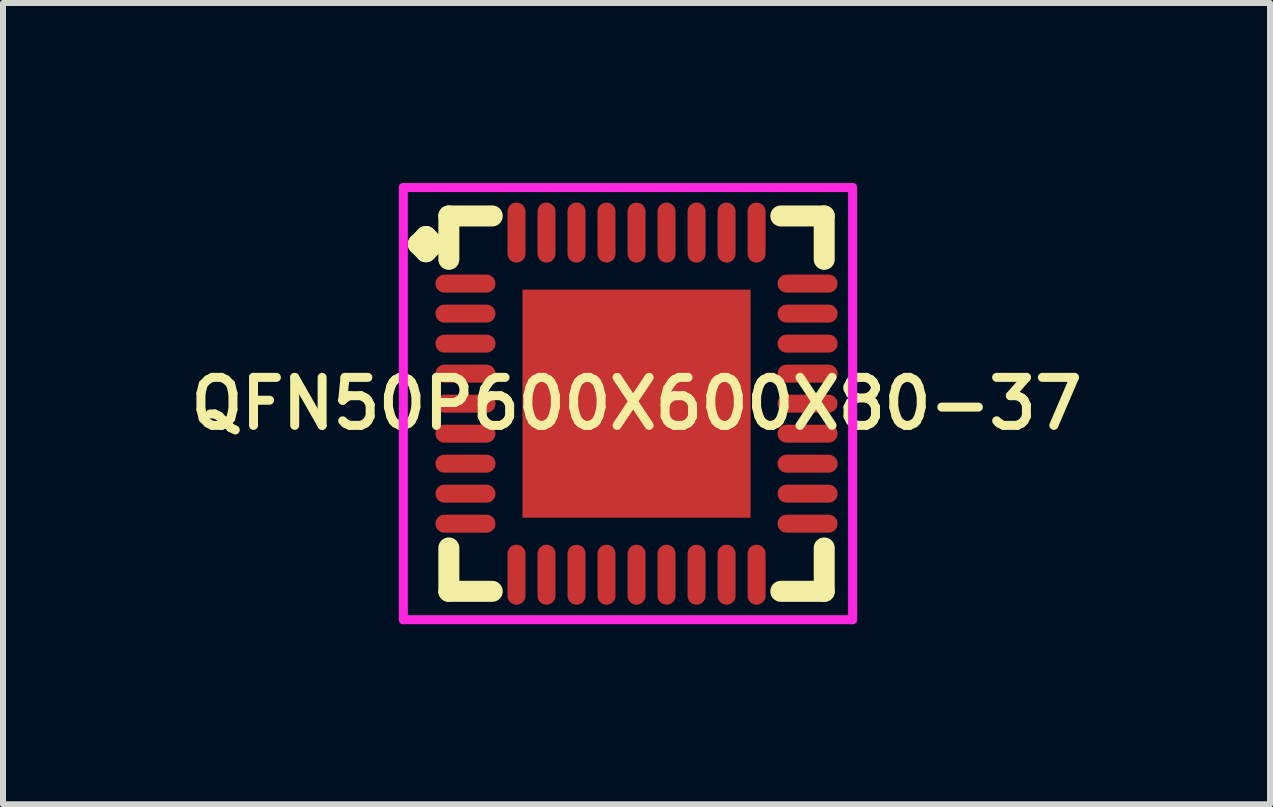
<source format=kicad_pcb>
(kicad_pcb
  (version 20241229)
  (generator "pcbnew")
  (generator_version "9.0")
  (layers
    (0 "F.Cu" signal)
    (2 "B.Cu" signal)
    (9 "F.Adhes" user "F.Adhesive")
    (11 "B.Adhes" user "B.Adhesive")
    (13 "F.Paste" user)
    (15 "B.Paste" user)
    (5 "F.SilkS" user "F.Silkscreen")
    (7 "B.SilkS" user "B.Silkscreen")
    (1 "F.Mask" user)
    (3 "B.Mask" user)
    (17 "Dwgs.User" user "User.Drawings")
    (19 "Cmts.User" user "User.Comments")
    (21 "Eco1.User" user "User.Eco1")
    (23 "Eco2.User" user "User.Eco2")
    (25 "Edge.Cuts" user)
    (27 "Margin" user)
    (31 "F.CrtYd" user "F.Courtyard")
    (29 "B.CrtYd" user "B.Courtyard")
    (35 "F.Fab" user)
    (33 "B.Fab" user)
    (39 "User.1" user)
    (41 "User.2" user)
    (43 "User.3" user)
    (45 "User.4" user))
  (footprint "QFN50P600X600X80-37"
    (layer "F.Cu")
    (at 7.555 3.675)
    (property "Reference" "QFN50P600X600X80-37" (at 0 0 0) (layer "F.SilkS") (effects (font (size 0.8 0.8) (thickness 0.15))))
    (attr smd)
    (fp_line (start -3.635 -2.658) (end -3.508 -2.785) (stroke (width 0.35) (type solid)) (layer "F.SilkS"))
    (fp_line (start -3.508 -2.785) (end -3.381 -2.658) (stroke (width 0.35) (type solid)) (layer "F.SilkS"))
    (fp_line (start -3.508 -2.531) (end -3.635 -2.658) (stroke (width 0.35) (type solid)) (layer "F.SilkS"))
    (fp_line (start -3.381 -2.658) (end -3.508 -2.531) (stroke (width 0.35) (type solid)) (layer "F.SilkS"))
    (fp_line (start -3.127 -3.127) (end -2.404 -3.127) (stroke (width 0.35) (type solid)) (layer "F.SilkS"))
    (fp_line (start -3.127 -2.404) (end -3.127 -3.127) (stroke (width 0.35) (type solid)) (layer "F.SilkS"))
    (fp_line (start -3.127 2.404) (end -3.127 3.127) (stroke (width 0.35) (type solid)) (layer "F.SilkS"))
    (fp_line (start -3.127 3.127) (end -2.404 3.127) (stroke (width 0.35) (type solid)) (layer "F.SilkS"))
    (fp_line (start 2.404 -3.127) (end 3.127 -3.127) (stroke (width 0.35) (type solid)) (layer "F.SilkS"))
    (fp_line (start 2.404 3.127) (end 3.127 3.127) (stroke (width 0.35) (type solid)) (layer "F.SilkS"))
    (fp_line (start 3.127 -3.127) (end 3.127 -2.404) (stroke (width 0.35) (type solid)) (layer "F.SilkS"))
    (fp_line (start 3.127 3.127) (end 3.127 2.404) (stroke (width 0.35) (type solid)) (layer "F.SilkS"))
    (fp_line (start -3.885 -3.6) (end 3.6 -3.6) (stroke (width 0.15) (type solid)) (layer "F.CrtYd"))
    (fp_line (start -3.885 3.6) (end -3.885 -3.6) (stroke (width 0.15) (type solid)) (layer "F.CrtYd"))
    (fp_line (start 3.6 -3.6) (end 3.6 3.6) (stroke (width 0.15) (type solid)) (layer "F.CrtYd"))
    (fp_line (start 3.6 3.6) (end -3.885 3.6) (stroke (width 0.15) (type solid)) (layer "F.CrtYd"))
    (pad "1" smd oval (at -2.85 -2) (size 1 0.3) (layers "F.Cu" "F.Mask" "F.Paste"))
    (pad "2" smd oval (at -2.85 -1.5) (size 1 0.3) (layers "F.Cu" "F.Mask" "F.Paste"))
    (pad "3" smd oval (at -2.85 -1) (size 1 0.3) (layers "F.Cu" "F.Mask" "F.Paste"))
    (pad "4" smd oval (at -2.85 -0.5) (size 1 0.3) (layers "F.Cu" "F.Mask" "F.Paste"))
    (pad "5" smd oval (at -2.85 0) (size 1 0.3) (layers "F.Cu" "F.Mask" "F.Paste"))
    (pad "6" smd oval (at -2.85 0.5) (size 1 0.3) (layers "F.Cu" "F.Mask" "F.Paste"))
    (pad "7" smd oval (at -2.85 1) (size 1 0.3) (layers "F.Cu" "F.Mask" "F.Paste"))
    (pad "8" smd oval (at -2.85 1.5) (size 1 0.3) (layers "F.Cu" "F.Mask" "F.Paste"))
    (pad "9" smd oval (at -2.85 2) (size 1 0.3) (layers "F.Cu" "F.Mask" "F.Paste"))
    (pad "10" smd oval (at -2 2.85) (size 0.3 1) (layers "F.Cu" "F.Mask" "F.Paste"))
    (pad "11" smd oval (at -1.5 2.85) (size 0.3 1) (layers "F.Cu" "F.Mask" "F.Paste"))
    (pad "12" smd oval (at -1 2.85) (size 0.3 1) (layers "F.Cu" "F.Mask" "F.Paste"))
    (pad "13" smd oval (at -0.5 2.85) (size 0.3 1) (layers "F.Cu" "F.Mask" "F.Paste"))
    (pad "14" smd oval (at 0 2.85) (size 0.3 1) (layers "F.Cu" "F.Mask" "F.Paste"))
    (pad "15" smd oval (at 0.5 2.85) (size 0.3 1) (layers "F.Cu" "F.Mask" "F.Paste"))
    (pad "16" smd oval (at 1 2.85) (size 0.3 1) (layers "F.Cu" "F.Mask" "F.Paste"))
    (pad "17" smd oval (at 1.5 2.85) (size 0.3 1) (layers "F.Cu" "F.Mask" "F.Paste"))
    (pad "18" smd oval (at 2 2.85) (size 0.3 1) (layers "F.Cu" "F.Mask" "F.Paste"))
    (pad "19" smd oval (at 2.85 2) (size 1 0.3) (layers "F.Cu" "F.Mask" "F.Paste"))
    (pad "20" smd oval (at 2.85 1.5) (size 1 0.3) (layers "F.Cu" "F.Mask" "F.Paste"))
    (pad "21" smd oval (at 2.85 1) (size 1 0.3) (layers "F.Cu" "F.Mask" "F.Paste"))
    (pad "22" smd oval (at 2.85 0.5) (size 1 0.3) (layers "F.Cu" "F.Mask" "F.Paste"))
    (pad "23" smd oval (at 2.85 0) (size 1 0.3) (layers "F.Cu" "F.Mask" "F.Paste"))
    (pad "24" smd oval (at 2.85 -0.5) (size 1 0.3) (layers "F.Cu" "F.Mask" "F.Paste"))
    (pad "25" smd oval (at 2.85 -1) (size 1 0.3) (layers "F.Cu" "F.Mask" "F.Paste"))
    (pad "26" smd oval (at 2.85 -1.5) (size 1 0.3) (layers "F.Cu" "F.Mask" "F.Paste"))
    (pad "27" smd oval (at 2.85 -2) (size 1 0.3) (layers "F.Cu" "F.Mask" "F.Paste"))
    (pad "28" smd oval (at 2 -2.85) (size 0.3 1) (layers "F.Cu" "F.Mask" "F.Paste"))
    (pad "29" smd oval (at 1.5 -2.85) (size 0.3 1) (layers "F.Cu" "F.Mask" "F.Paste"))
    (pad "30" smd oval (at 1 -2.85) (size 0.3 1) (layers "F.Cu" "F.Mask" "F.Paste"))
    (pad "31" smd oval (at 0.5 -2.85) (size 0.3 1) (layers "F.Cu" "F.Mask" "F.Paste"))
    (pad "32" smd oval (at 0 -2.85) (size 0.3 1) (layers "F.Cu" "F.Mask" "F.Paste"))
    (pad "33" smd oval (at -0.5 -2.85) (size 0.3 1) (layers "F.Cu" "F.Mask" "F.Paste"))
    (pad "34" smd oval (at -1 -2.85) (size 0.3 1) (layers "F.Cu" "F.Mask" "F.Paste"))
    (pad "35" smd oval (at -1.5 -2.85) (size 0.3 1) (layers "F.Cu" "F.Mask" "F.Paste"))
    (pad "36" smd oval (at -2 -2.85) (size 0.3 1) (layers "F.Cu" "F.Mask" "F.Paste"))
    (pad "37" smd rect (at 0 0) (size 3.8 3.8) (layers "F.Cu" "F.Mask" "F.Paste")))
  (gr_rect
    (start -3 -3)
    (end 18.109 10.35)
    (stroke (width 0.1) (type default))
    (fill no)
    (layer "Edge.Cuts")))
</source>
